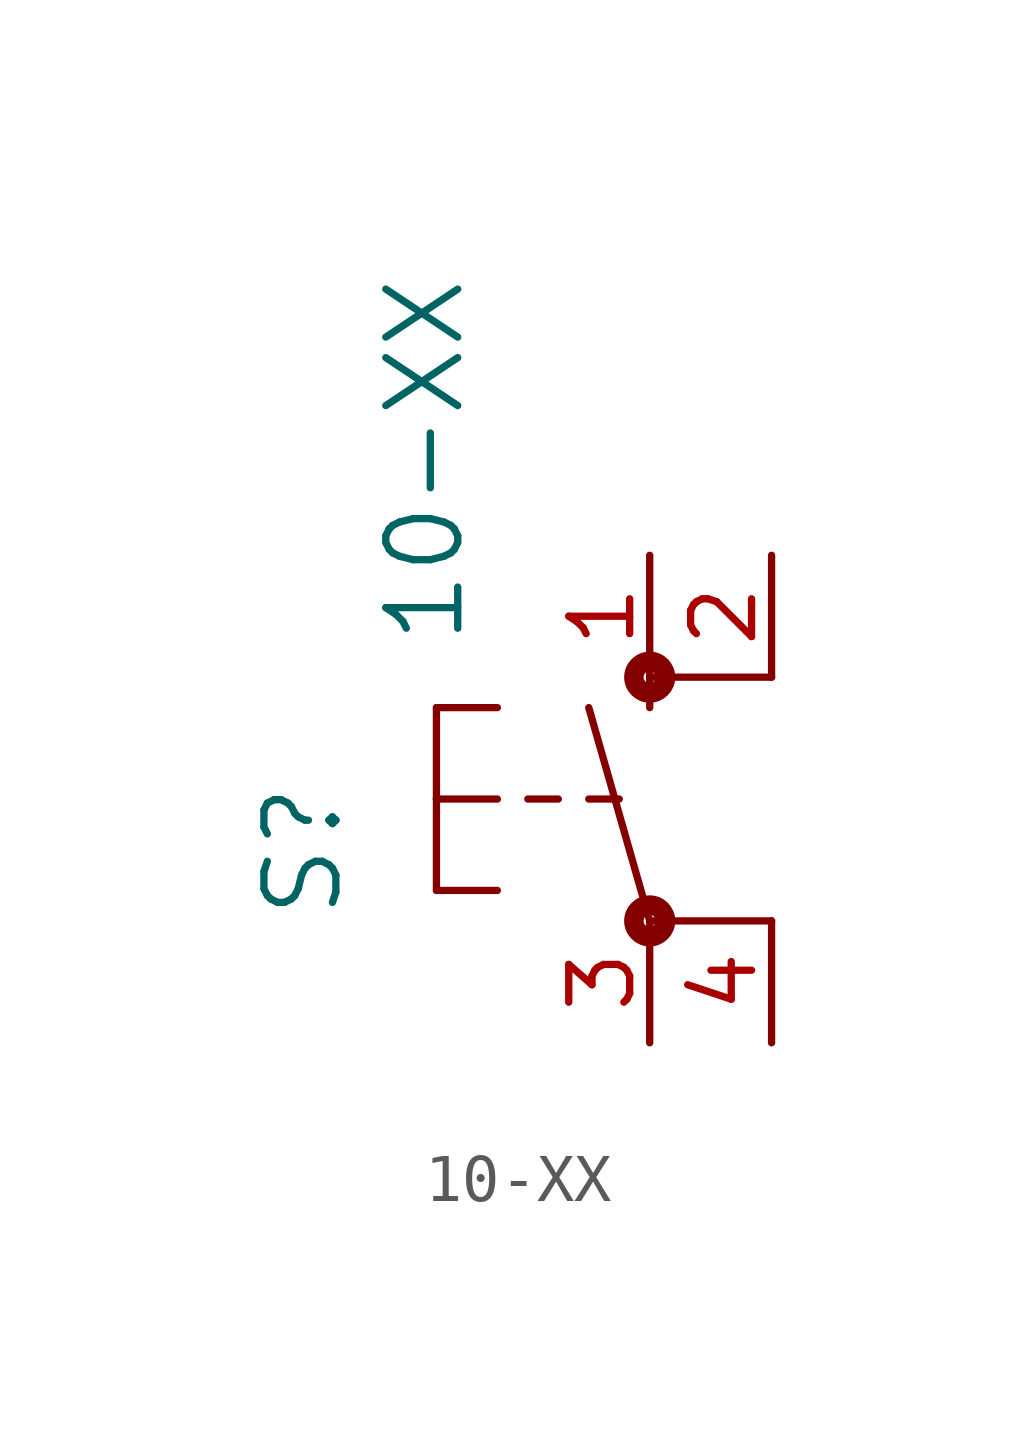
<source format=kicad_sym>
(kicad_symbol_lib
  (version 20211014)
  (generator kicad_symbol_editor)
  (symbol "10-XX"
    (pin_names
      (offset 1.016))
    (property "Reference" "S"
      (at -6.35 -2.54 90)
      (effects (font (size 1.499 1.499)) (justify left bottom)))
    (property "Value" "10-XX"
      (at -3.81 3.175 90)
      (effects (font (size 1.499 1.499)) (justify left bottom)))
    (property "ki_locked" ""
      (at 0 0 0)
      (effects (font (size 1.27 1.27))))
    (symbol "10-XX_1_0"
      (circle (center 0 -2.54) (radius 0.127) (stroke (width 0.406) (type default) (color 0 0 0 0)) (fill (type none)))
      (polyline (pts (xy -4.445 -1.905) (xy -3.175 -1.905)) (stroke (width 0) (type default) (color 0 0 0 0)) (fill (type none)))
      (polyline (pts (xy -4.445 0) (xy -4.445 -1.905)) (stroke (width 0) (type default) (color 0 0 0 0)) (fill (type none)))
      (polyline (pts (xy -4.445 0) (xy -3.175 0)) (stroke (width 0) (type default) (color 0 0 0 0)) (fill (type none)))
      (polyline (pts (xy -4.445 1.905) (xy -4.445 0)) (stroke (width 0) (type default) (color 0 0 0 0)) (fill (type none)))
      (polyline (pts (xy -4.445 1.905) (xy -3.175 1.905)) (stroke (width 0) (type default) (color 0 0 0 0)) (fill (type none)))
      (polyline (pts (xy -2.54 0) (xy -1.905 0)) (stroke (width 0) (type default) (color 0 0 0 0)) (fill (type none)))
      (polyline (pts (xy -1.27 0) (xy -0.635 0)) (stroke (width 0) (type default) (color 0 0 0 0)) (fill (type none)))
      (polyline (pts (xy 0 -2.54) (xy -1.27 1.905)) (stroke (width 0) (type default) (color 0 0 0 0)) (fill (type none)))
      (polyline (pts (xy 0 1.905) (xy 0 2.54)) (stroke (width 0) (type default) (color 0 0 0 0)) (fill (type none)))
      (polyline (pts (xy 2.54 -2.54) (xy 0 -2.54)) (stroke (width 0) (type default) (color 0 0 0 0)) (fill (type none)))
      (polyline (pts (xy 2.54 2.54) (xy 0 2.54)) (stroke (width 0) (type default) (color 0 0 0 0)) (fill (type none)))
      (circle (center 0 2.54) (radius 0.127) (stroke (width 0.406) (type default) (color 0 0 0 0)) (fill (type none)))
      (pin passive line (at 0 5.08 270) (length 2.54) (name "S" (effects (font (size 0 0)))) (number "1" (effects (font (size 1.27 1.27)))))
      (pin passive line (at 2.54 5.08 270) (length 2.54) (name "S1" (effects (font (size 0 0)))) (number "2" (effects (font (size 1.27 1.27)))))
      (pin passive line (at 0 -5.08 90) (length 2.54) (name "P" (effects (font (size 0 0)))) (number "3" (effects (font (size 1.27 1.27)))))
      (pin passive line (at 2.54 -5.08 90) (length 2.54) (name "P1" (effects (font (size 0 0)))) (number "4" (effects (font (size 1.27 1.27))))))))
</source>
